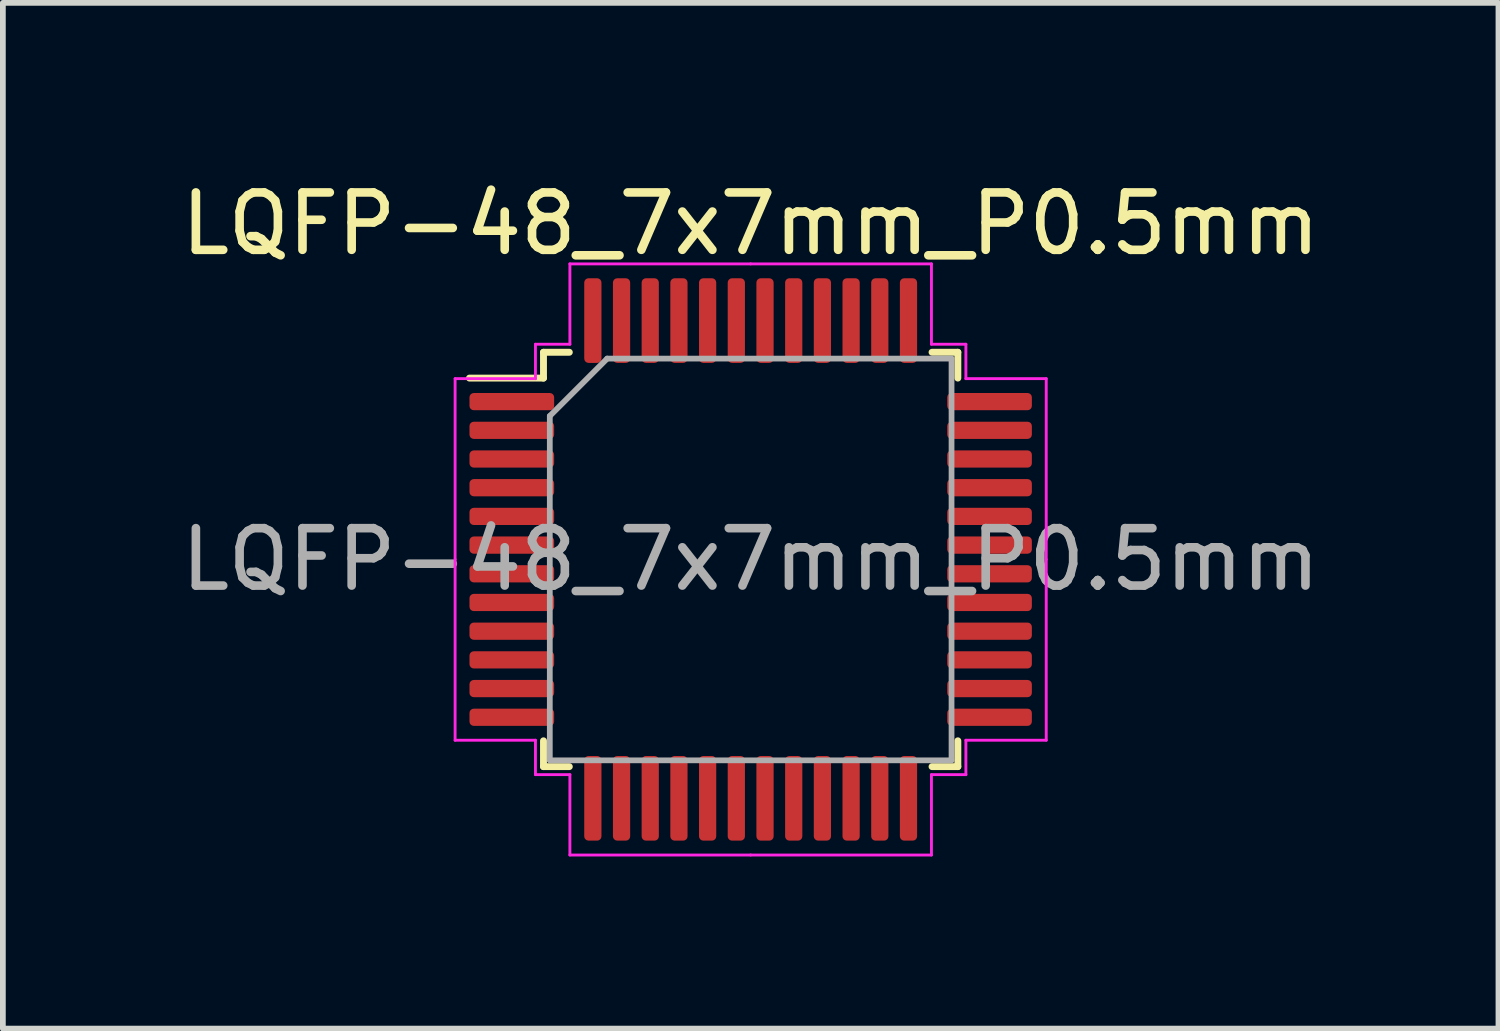
<source format=kicad_pcb>
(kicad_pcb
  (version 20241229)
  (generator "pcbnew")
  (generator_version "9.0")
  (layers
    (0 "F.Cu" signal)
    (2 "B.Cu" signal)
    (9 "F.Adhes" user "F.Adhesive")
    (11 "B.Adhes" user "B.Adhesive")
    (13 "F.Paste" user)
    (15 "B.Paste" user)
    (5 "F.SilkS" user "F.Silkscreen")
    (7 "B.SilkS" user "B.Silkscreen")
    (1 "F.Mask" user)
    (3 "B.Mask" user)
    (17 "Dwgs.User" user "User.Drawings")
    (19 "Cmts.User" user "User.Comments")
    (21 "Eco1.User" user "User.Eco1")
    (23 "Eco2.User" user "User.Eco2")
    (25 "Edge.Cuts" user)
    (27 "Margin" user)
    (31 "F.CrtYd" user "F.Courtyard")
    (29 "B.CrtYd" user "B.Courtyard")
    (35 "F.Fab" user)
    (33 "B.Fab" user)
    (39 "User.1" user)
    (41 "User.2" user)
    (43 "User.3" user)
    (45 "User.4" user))
  (footprint "LQFP-48_7x7mm_P0.5mm"
    (layer "F.Cu")
    (at 10.03 6.698)
    (property "Reference" "LQFP-48_7x7mm_P0.5mm" (at 0 -5.85 0) (layer "F.SilkS") (effects (font (size 1 1) (thickness 0.15))))
    (attr smd)
    (fp_line (start -3.61 -3.61) (end -3.61 -3.16) (stroke (width 0.12) (type solid)) (layer "F.SilkS"))
    (fp_line (start -3.61 -3.16) (end -4.9 -3.16) (stroke (width 0.12) (type solid)) (layer "F.SilkS"))
    (fp_line (start -3.61 3.61) (end -3.61 3.16) (stroke (width 0.12) (type solid)) (layer "F.SilkS"))
    (fp_line (start -3.16 -3.61) (end -3.61 -3.61) (stroke (width 0.12) (type solid)) (layer "F.SilkS"))
    (fp_line (start -3.16 3.61) (end -3.61 3.61) (stroke (width 0.12) (type solid)) (layer "F.SilkS"))
    (fp_line (start 3.16 -3.61) (end 3.61 -3.61) (stroke (width 0.12) (type solid)) (layer "F.SilkS"))
    (fp_line (start 3.16 3.61) (end 3.61 3.61) (stroke (width 0.12) (type solid)) (layer "F.SilkS"))
    (fp_line (start 3.61 -3.61) (end 3.61 -3.16) (stroke (width 0.12) (type solid)) (layer "F.SilkS"))
    (fp_line (start 3.61 3.61) (end 3.61 3.16) (stroke (width 0.12) (type solid)) (layer "F.SilkS"))
    (fp_line (start -5.15 -3.15) (end -5.15 0) (stroke (width 0.05) (type solid)) (layer "F.CrtYd"))
    (fp_line (start -5.15 3.15) (end -5.15 0) (stroke (width 0.05) (type solid)) (layer "F.CrtYd"))
    (fp_line (start -3.75 -3.75) (end -3.75 -3.15) (stroke (width 0.05) (type solid)) (layer "F.CrtYd"))
    (fp_line (start -3.75 -3.15) (end -5.15 -3.15) (stroke (width 0.05) (type solid)) (layer "F.CrtYd"))
    (fp_line (start -3.75 3.15) (end -5.15 3.15) (stroke (width 0.05) (type solid)) (layer "F.CrtYd"))
    (fp_line (start -3.75 3.75) (end -3.75 3.15) (stroke (width 0.05) (type solid)) (layer "F.CrtYd"))
    (fp_line (start -3.15 -5.15) (end -3.15 -3.75) (stroke (width 0.05) (type solid)) (layer "F.CrtYd"))
    (fp_line (start -3.15 -3.75) (end -3.75 -3.75) (stroke (width 0.05) (type solid)) (layer "F.CrtYd"))
    (fp_line (start -3.15 3.75) (end -3.75 3.75) (stroke (width 0.05) (type solid)) (layer "F.CrtYd"))
    (fp_line (start -3.15 5.15) (end -3.15 3.75) (stroke (width 0.05) (type solid)) (layer "F.CrtYd"))
    (fp_line (start 0 -5.15) (end -3.15 -5.15) (stroke (width 0.05) (type solid)) (layer "F.CrtYd"))
    (fp_line (start 0 -5.15) (end 3.15 -5.15) (stroke (width 0.05) (type solid)) (layer "F.CrtYd"))
    (fp_line (start 0 5.15) (end -3.15 5.15) (stroke (width 0.05) (type solid)) (layer "F.CrtYd"))
    (fp_line (start 0 5.15) (end 3.15 5.15) (stroke (width 0.05) (type solid)) (layer "F.CrtYd"))
    (fp_line (start 3.15 -5.15) (end 3.15 -3.75) (stroke (width 0.05) (type solid)) (layer "F.CrtYd"))
    (fp_line (start 3.15 -3.75) (end 3.75 -3.75) (stroke (width 0.05) (type solid)) (layer "F.CrtYd"))
    (fp_line (start 3.15 3.75) (end 3.75 3.75) (stroke (width 0.05) (type solid)) (layer "F.CrtYd"))
    (fp_line (start 3.15 5.15) (end 3.15 3.75) (stroke (width 0.05) (type solid)) (layer "F.CrtYd"))
    (fp_line (start 3.75 -3.75) (end 3.75 -3.15) (stroke (width 0.05) (type solid)) (layer "F.CrtYd"))
    (fp_line (start 3.75 -3.15) (end 5.15 -3.15) (stroke (width 0.05) (type solid)) (layer "F.CrtYd"))
    (fp_line (start 3.75 3.15) (end 5.15 3.15) (stroke (width 0.05) (type solid)) (layer "F.CrtYd"))
    (fp_line (start 3.75 3.75) (end 3.75 3.15) (stroke (width 0.05) (type solid)) (layer "F.CrtYd"))
    (fp_line (start 5.15 -3.15) (end 5.15 0) (stroke (width 0.05) (type solid)) (layer "F.CrtYd"))
    (fp_line (start 5.15 3.15) (end 5.15 0) (stroke (width 0.05) (type solid)) (layer "F.CrtYd"))
    (fp_line (start -3.5 -2.5) (end -2.5 -3.5) (stroke (width 0.1) (type solid)) (layer "F.Fab"))
    (fp_line (start -3.5 3.5) (end -3.5 -2.5) (stroke (width 0.1) (type solid)) (layer "F.Fab"))
    (fp_line (start -2.5 -3.5) (end 3.5 -3.5) (stroke (width 0.1) (type solid)) (layer "F.Fab"))
    (fp_line (start 3.5 -3.5) (end 3.5 3.5) (stroke (width 0.1) (type solid)) (layer "F.Fab"))
    (fp_line (start 3.5 3.5) (end -3.5 3.5) (stroke (width 0.1) (type solid)) (layer "F.Fab"))
    (fp_text user "${REFERENCE}" (at 0 0 0) (layer "F.Fab") (effects (font (size 1 1) (thickness 0.15))))
    (pad "1" smd roundrect (at -4.162 -2.75) (size 1.475 0.3) (layers "F.Cu" "F.Mask" "F.Paste") (roundrect_rratio 0.25))
    (pad "2" smd roundrect (at -4.162 -2.25) (size 1.475 0.3) (layers "F.Cu" "F.Mask" "F.Paste") (roundrect_rratio 0.25))
    (pad "3" smd roundrect (at -4.162 -1.75) (size 1.475 0.3) (layers "F.Cu" "F.Mask" "F.Paste") (roundrect_rratio 0.25))
    (pad "4" smd roundrect (at -4.162 -1.25) (size 1.475 0.3) (layers "F.Cu" "F.Mask" "F.Paste") (roundrect_rratio 0.25))
    (pad "5" smd roundrect (at -4.162 -0.75) (size 1.475 0.3) (layers "F.Cu" "F.Mask" "F.Paste") (roundrect_rratio 0.25))
    (pad "6" smd roundrect (at -4.162 -0.25) (size 1.475 0.3) (layers "F.Cu" "F.Mask" "F.Paste") (roundrect_rratio 0.25))
    (pad "7" smd roundrect (at -4.162 0.25) (size 1.475 0.3) (layers "F.Cu" "F.Mask" "F.Paste") (roundrect_rratio 0.25))
    (pad "8" smd roundrect (at -4.162 0.75) (size 1.475 0.3) (layers "F.Cu" "F.Mask" "F.Paste") (roundrect_rratio 0.25))
    (pad "9" smd roundrect (at -4.162 1.25) (size 1.475 0.3) (layers "F.Cu" "F.Mask" "F.Paste") (roundrect_rratio 0.25))
    (pad "10" smd roundrect (at -4.162 1.75) (size 1.475 0.3) (layers "F.Cu" "F.Mask" "F.Paste") (roundrect_rratio 0.25))
    (pad "11" smd roundrect (at -4.162 2.25) (size 1.475 0.3) (layers "F.Cu" "F.Mask" "F.Paste") (roundrect_rratio 0.25))
    (pad "12" smd roundrect (at -4.162 2.75) (size 1.475 0.3) (layers "F.Cu" "F.Mask" "F.Paste") (roundrect_rratio 0.25))
    (pad "13" smd roundrect (at -2.75 4.162) (size 0.3 1.475) (layers "F.Cu" "F.Mask" "F.Paste") (roundrect_rratio 0.25))
    (pad "14" smd roundrect (at -2.25 4.162) (size 0.3 1.475) (layers "F.Cu" "F.Mask" "F.Paste") (roundrect_rratio 0.25))
    (pad "15" smd roundrect (at -1.75 4.162) (size 0.3 1.475) (layers "F.Cu" "F.Mask" "F.Paste") (roundrect_rratio 0.25))
    (pad "16" smd roundrect (at -1.25 4.162) (size 0.3 1.475) (layers "F.Cu" "F.Mask" "F.Paste") (roundrect_rratio 0.25))
    (pad "17" smd roundrect (at -0.75 4.162) (size 0.3 1.475) (layers "F.Cu" "F.Mask" "F.Paste") (roundrect_rratio 0.25))
    (pad "18" smd roundrect (at -0.25 4.162) (size 0.3 1.475) (layers "F.Cu" "F.Mask" "F.Paste") (roundrect_rratio 0.25))
    (pad "19" smd roundrect (at 0.25 4.162) (size 0.3 1.475) (layers "F.Cu" "F.Mask" "F.Paste") (roundrect_rratio 0.25))
    (pad "20" smd roundrect (at 0.75 4.162) (size 0.3 1.475) (layers "F.Cu" "F.Mask" "F.Paste") (roundrect_rratio 0.25))
    (pad "21" smd roundrect (at 1.25 4.162) (size 0.3 1.475) (layers "F.Cu" "F.Mask" "F.Paste") (roundrect_rratio 0.25))
    (pad "22" smd roundrect (at 1.75 4.162) (size 0.3 1.475) (layers "F.Cu" "F.Mask" "F.Paste") (roundrect_rratio 0.25))
    (pad "23" smd roundrect (at 2.25 4.162) (size 0.3 1.475) (layers "F.Cu" "F.Mask" "F.Paste") (roundrect_rratio 0.25))
    (pad "24" smd roundrect (at 2.75 4.162) (size 0.3 1.475) (layers "F.Cu" "F.Mask" "F.Paste") (roundrect_rratio 0.25))
    (pad "25" smd roundrect (at 4.162 2.75) (size 1.475 0.3) (layers "F.Cu" "F.Mask" "F.Paste") (roundrect_rratio 0.25))
    (pad "26" smd roundrect (at 4.162 2.25) (size 1.475 0.3) (layers "F.Cu" "F.Mask" "F.Paste") (roundrect_rratio 0.25))
    (pad "27" smd roundrect (at 4.162 1.75) (size 1.475 0.3) (layers "F.Cu" "F.Mask" "F.Paste") (roundrect_rratio 0.25))
    (pad "28" smd roundrect (at 4.162 1.25) (size 1.475 0.3) (layers "F.Cu" "F.Mask" "F.Paste") (roundrect_rratio 0.25))
    (pad "29" smd roundrect (at 4.162 0.75) (size 1.475 0.3) (layers "F.Cu" "F.Mask" "F.Paste") (roundrect_rratio 0.25))
    (pad "30" smd roundrect (at 4.162 0.25) (size 1.475 0.3) (layers "F.Cu" "F.Mask" "F.Paste") (roundrect_rratio 0.25))
    (pad "31" smd roundrect (at 4.162 -0.25) (size 1.475 0.3) (layers "F.Cu" "F.Mask" "F.Paste") (roundrect_rratio 0.25))
    (pad "32" smd roundrect (at 4.162 -0.75) (size 1.475 0.3) (layers "F.Cu" "F.Mask" "F.Paste") (roundrect_rratio 0.25))
    (pad "33" smd roundrect (at 4.162 -1.25) (size 1.475 0.3) (layers "F.Cu" "F.Mask" "F.Paste") (roundrect_rratio 0.25))
    (pad "34" smd roundrect (at 4.162 -1.75) (size 1.475 0.3) (layers "F.Cu" "F.Mask" "F.Paste") (roundrect_rratio 0.25))
    (pad "35" smd roundrect (at 4.162 -2.25) (size 1.475 0.3) (layers "F.Cu" "F.Mask" "F.Paste") (roundrect_rratio 0.25))
    (pad "36" smd roundrect (at 4.162 -2.75) (size 1.475 0.3) (layers "F.Cu" "F.Mask" "F.Paste") (roundrect_rratio 0.25))
    (pad "37" smd roundrect (at 2.75 -4.162) (size 0.3 1.475) (layers "F.Cu" "F.Mask" "F.Paste") (roundrect_rratio 0.25))
    (pad "38" smd roundrect (at 2.25 -4.162) (size 0.3 1.475) (layers "F.Cu" "F.Mask" "F.Paste") (roundrect_rratio 0.25))
    (pad "39" smd roundrect (at 1.75 -4.162) (size 0.3 1.475) (layers "F.Cu" "F.Mask" "F.Paste") (roundrect_rratio 0.25))
    (pad "40" smd roundrect (at 1.25 -4.162) (size 0.3 1.475) (layers "F.Cu" "F.Mask" "F.Paste") (roundrect_rratio 0.25))
    (pad "41" smd roundrect (at 0.75 -4.162) (size 0.3 1.475) (layers "F.Cu" "F.Mask" "F.Paste") (roundrect_rratio 0.25))
    (pad "42" smd roundrect (at 0.25 -4.162) (size 0.3 1.475) (layers "F.Cu" "F.Mask" "F.Paste") (roundrect_rratio 0.25))
    (pad "43" smd roundrect (at -0.25 -4.162) (size 0.3 1.475) (layers "F.Cu" "F.Mask" "F.Paste") (roundrect_rratio 0.25))
    (pad "44" smd roundrect (at -0.75 -4.162) (size 0.3 1.475) (layers "F.Cu" "F.Mask" "F.Paste") (roundrect_rratio 0.25))
    (pad "45" smd roundrect (at -1.25 -4.162) (size 0.3 1.475) (layers "F.Cu" "F.Mask" "F.Paste") (roundrect_rratio 0.25))
    (pad "46" smd roundrect (at -1.75 -4.162) (size 0.3 1.475) (layers "F.Cu" "F.Mask" "F.Paste") (roundrect_rratio 0.25))
    (pad "47" smd roundrect (at -2.25 -4.162) (size 0.3 1.475) (layers "F.Cu" "F.Mask" "F.Paste") (roundrect_rratio 0.25))
    (pad "48" smd roundrect (at -2.75 -4.162) (size 0.3 1.475) (layers "F.Cu" "F.Mask" "F.Paste") (roundrect_rratio 0.25)))
  (gr_rect
    (start -3 -3)
    (end 23.06 14.873)
    (stroke (width 0.1) (type default))
    (fill no)
    (layer "Edge.Cuts")))
</source>
